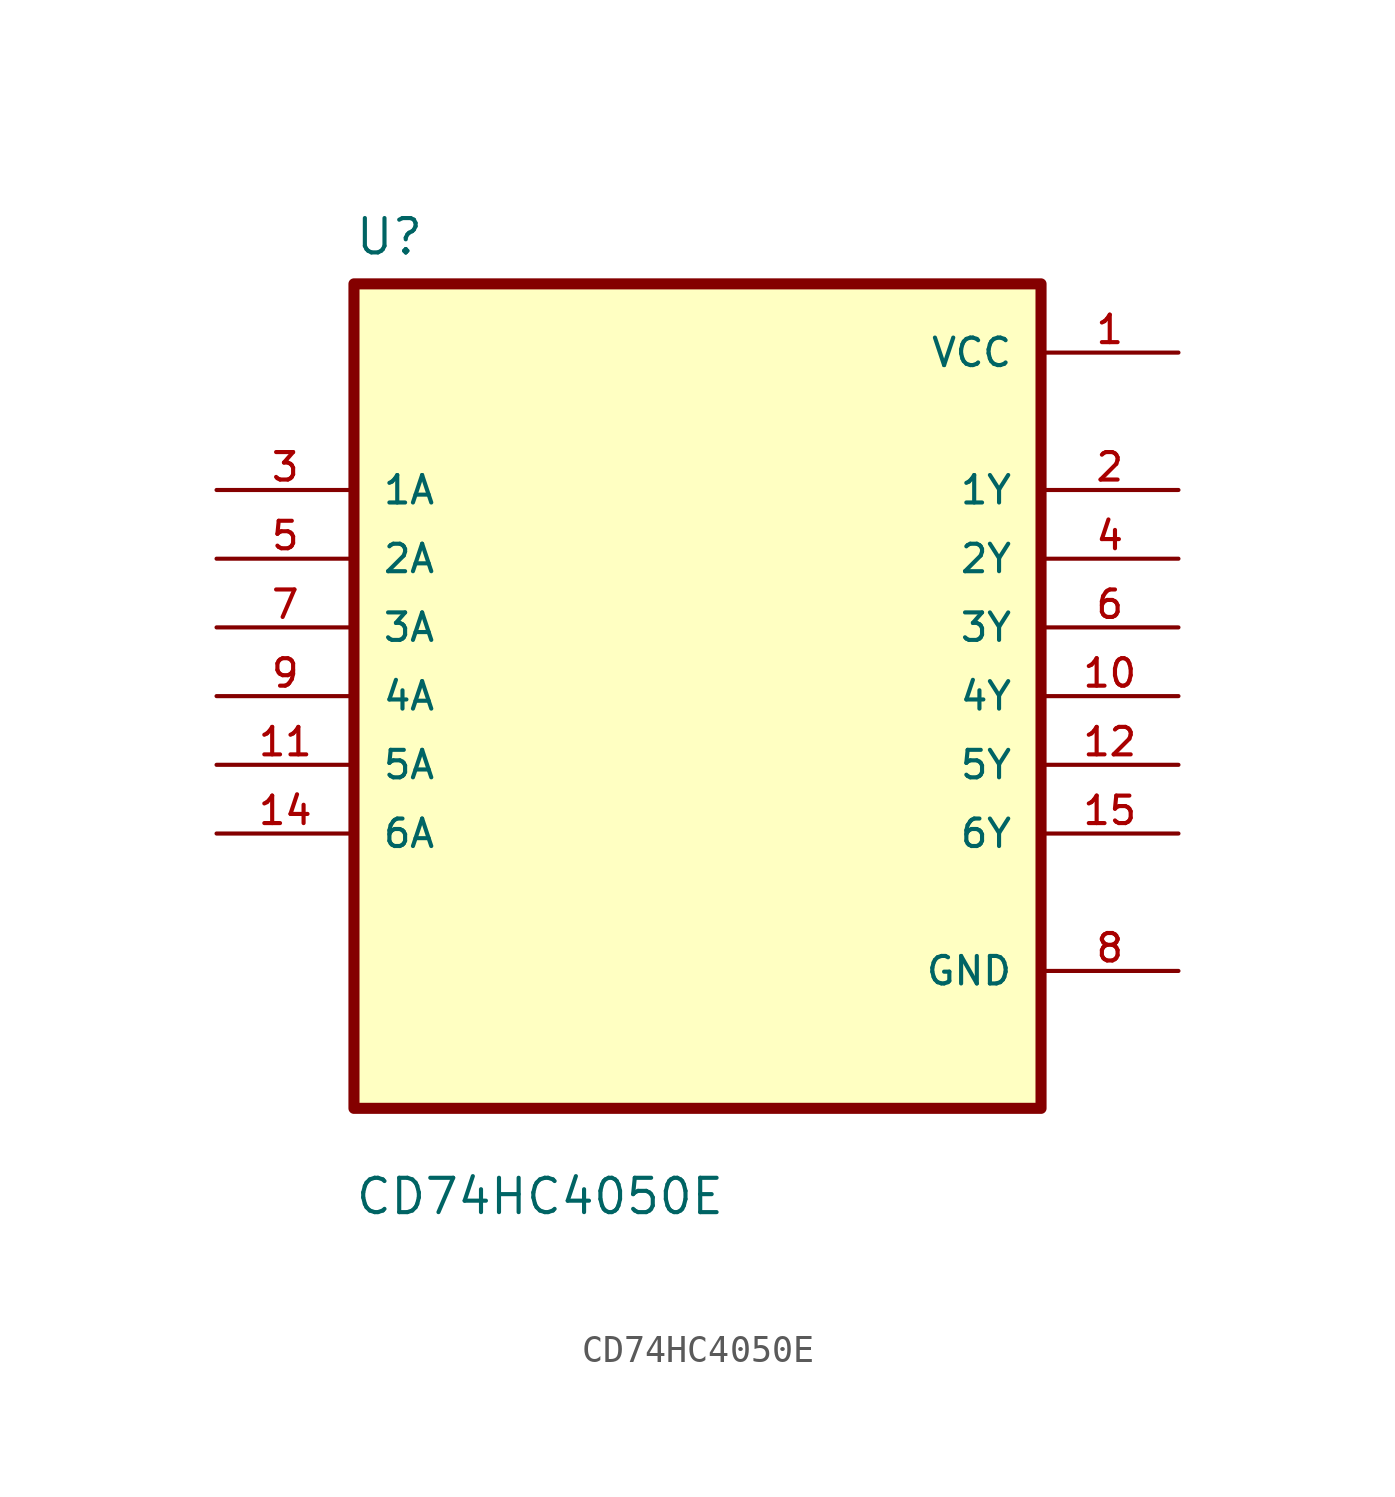
<source format=kicad_sym>
(kicad_symbol_lib
  (version 20211014)
  (generator kicad_symbol_editor)
  (symbol "CD74HC4050E"
    (pin_names
      (offset 1.016))
    (property "Reference" "U"
      (at -12.7 16.24 0.0)
      (effects (font (size 1.27 1.27)) (justify bottom left)))
    (property "Value" "CD74HC4050E"
      (at -12.7 -19.24 0.0)
      (effects (font (size 1.27 1.27)) (justify bottom left)))
    (symbol "CD74HC4050E_0_0"
      (rectangle (start -12.7 -15.24) (end 12.7 15.24) (stroke (width 0.41)) (fill (type background)))
      (pin input line (at -17.78 7.62 0) (length 5.08) (name "1A" (effects (font (size 1.016 1.016)))) (number "3" (effects (font (size 1.016 1.016)))))
      (pin input line (at -17.78 5.08 0) (length 5.08) (name "2A" (effects (font (size 1.016 1.016)))) (number "5" (effects (font (size 1.016 1.016)))))
      (pin input line (at -17.78 2.54 0) (length 5.08) (name "3A" (effects (font (size 1.016 1.016)))) (number "7" (effects (font (size 1.016 1.016)))))
      (pin input line (at -17.78 0.0 0) (length 5.08) (name "4A" (effects (font (size 1.016 1.016)))) (number "9" (effects (font (size 1.016 1.016)))))
      (pin input line (at -17.78 -2.54 0) (length 5.08) (name "5A" (effects (font (size 1.016 1.016)))) (number "11" (effects (font (size 1.016 1.016)))))
      (pin input line (at -17.78 -5.08 0) (length 5.08) (name "6A" (effects (font (size 1.016 1.016)))) (number "14" (effects (font (size 1.016 1.016)))))
      (pin power_in line (at 17.78 12.7 180.0) (length 5.08) (name "VCC" (effects (font (size 1.016 1.016)))) (number "1" (effects (font (size 1.016 1.016)))))
      (pin output line (at 17.78 7.62 180.0) (length 5.08) (name "1Y" (effects (font (size 1.016 1.016)))) (number "2" (effects (font (size 1.016 1.016)))))
      (pin output line (at 17.78 5.08 180.0) (length 5.08) (name "2Y" (effects (font (size 1.016 1.016)))) (number "4" (effects (font (size 1.016 1.016)))))
      (pin output line (at 17.78 2.54 180.0) (length 5.08) (name "3Y" (effects (font (size 1.016 1.016)))) (number "6" (effects (font (size 1.016 1.016)))))
      (pin output line (at 17.78 -8.88178e-16 180.0) (length 5.08) (name "4Y" (effects (font (size 1.016 1.016)))) (number "10" (effects (font (size 1.016 1.016)))))
      (pin output line (at 17.78 -2.54 180.0) (length 5.08) (name "5Y" (effects (font (size 1.016 1.016)))) (number "12" (effects (font (size 1.016 1.016)))))
      (pin output line (at 17.78 -5.08 180.0) (length 5.08) (name "6Y" (effects (font (size 1.016 1.016)))) (number "15" (effects (font (size 1.016 1.016)))))
      (pin power_in line (at 17.78 -10.16 180.0) (length 5.08) (name "GND" (effects (font (size 1.016 1.016)))) (number "8" (effects (font (size 1.016 1.016))))))))
</source>
